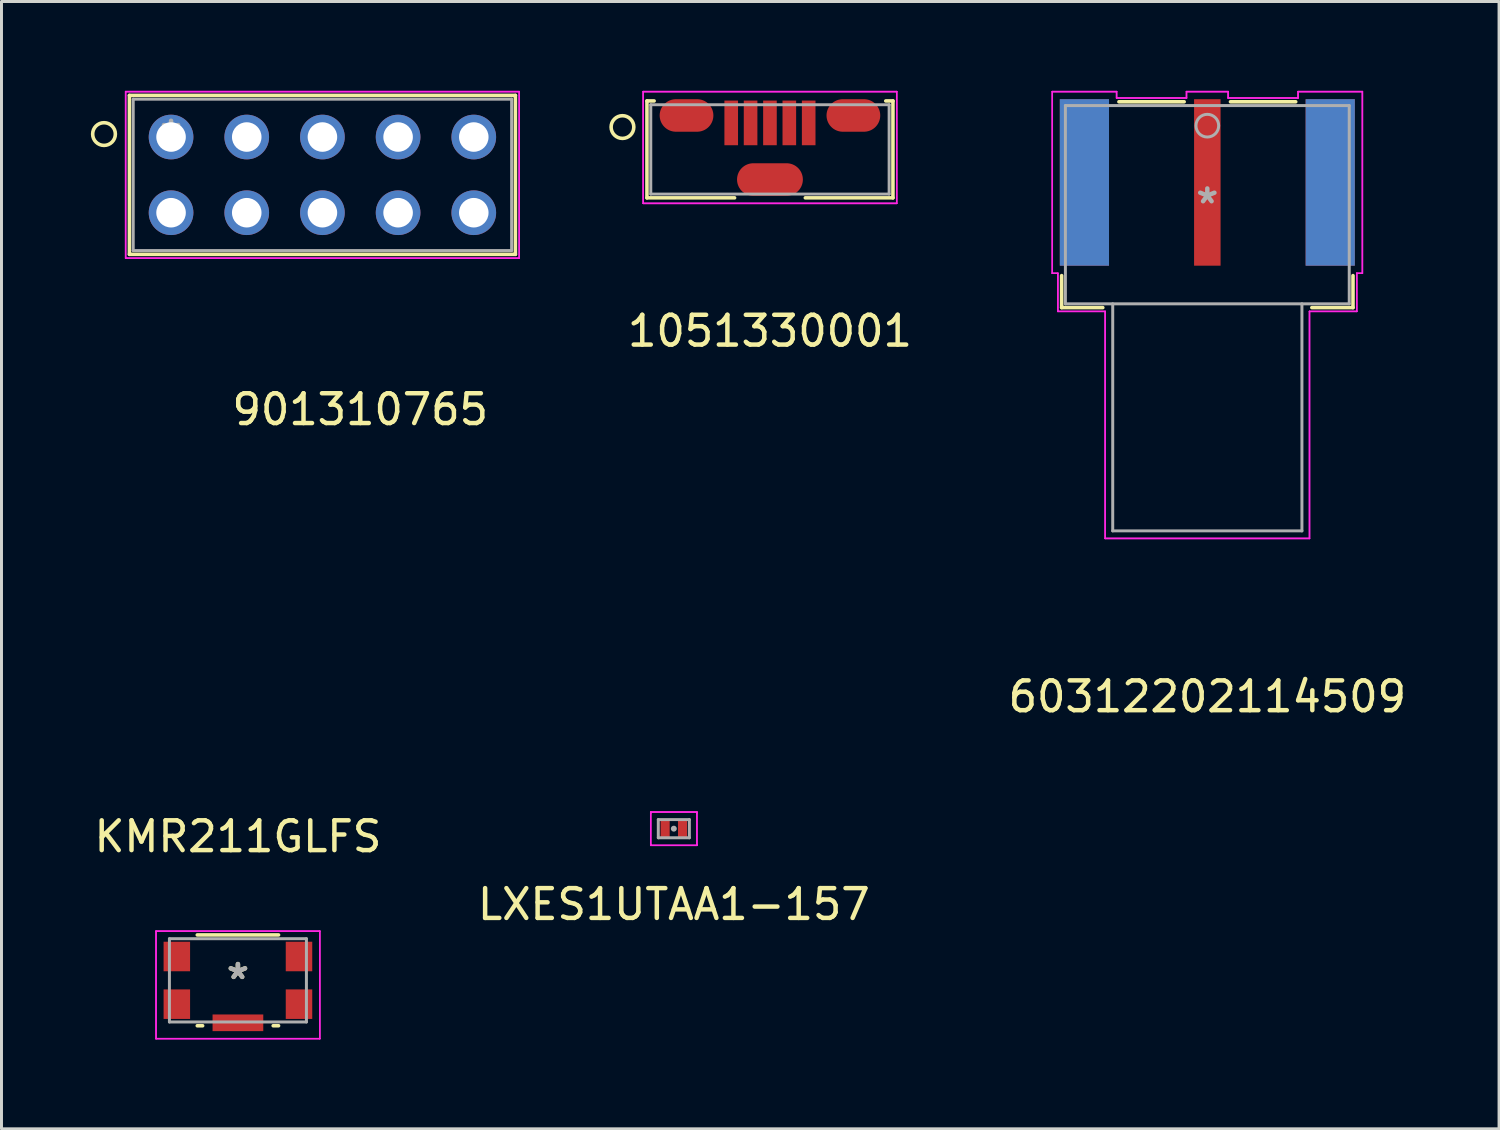
<source format=kicad_pcb>
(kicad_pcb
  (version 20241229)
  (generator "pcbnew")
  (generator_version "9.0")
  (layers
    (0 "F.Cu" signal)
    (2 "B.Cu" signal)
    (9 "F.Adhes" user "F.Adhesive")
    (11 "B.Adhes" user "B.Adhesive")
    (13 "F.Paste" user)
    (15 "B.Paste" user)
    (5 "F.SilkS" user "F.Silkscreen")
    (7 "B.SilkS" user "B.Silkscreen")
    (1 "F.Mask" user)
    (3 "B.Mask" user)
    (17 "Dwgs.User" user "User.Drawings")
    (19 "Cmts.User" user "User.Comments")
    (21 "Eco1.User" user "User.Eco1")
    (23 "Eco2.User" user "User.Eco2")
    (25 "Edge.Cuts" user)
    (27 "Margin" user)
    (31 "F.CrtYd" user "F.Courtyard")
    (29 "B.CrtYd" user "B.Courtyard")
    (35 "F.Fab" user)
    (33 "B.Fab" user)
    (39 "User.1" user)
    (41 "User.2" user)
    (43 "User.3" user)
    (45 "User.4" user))
  (footprint "LXES1UTAA1-157"
    (layer "F.Cu")
    (at 19.565 24.762)
    (property "Reference" "LXES1UTAA1-157" (at 0 2.54 0) (layer "F.SilkS") (effects (font (size 1 1) (thickness 0.15))))
    (attr through_hole)
    (fp_line (start -0.775 -0.559) (end 0.775 -0.559) (stroke (width 0.05) (type solid)) (layer "F.CrtYd"))
    (fp_line (start -0.775 -0.559) (end 0.775 -0.559) (stroke (width 0.05) (type solid)) (layer "F.CrtYd"))
    (fp_line (start -0.775 -0.533) (end -0.775 -0.559) (stroke (width 0.05) (type solid)) (layer "F.CrtYd"))
    (fp_line (start -0.775 -0.533) (end -0.775 -0.559) (stroke (width 0.05) (type solid)) (layer "F.CrtYd"))
    (fp_line (start -0.775 -0.533) (end -0.775 -0.533) (stroke (width 0.05) (type solid)) (layer "F.CrtYd"))
    (fp_line (start -0.775 -0.533) (end -0.775 -0.533) (stroke (width 0.05) (type solid)) (layer "F.CrtYd"))
    (fp_line (start -0.775 0.533) (end -0.775 -0.533) (stroke (width 0.05) (type solid)) (layer "F.CrtYd"))
    (fp_line (start -0.775 0.533) (end -0.775 -0.533) (stroke (width 0.05) (type solid)) (layer "F.CrtYd"))
    (fp_line (start -0.775 0.533) (end -0.775 0.533) (stroke (width 0.05) (type solid)) (layer "F.CrtYd"))
    (fp_line (start -0.775 0.533) (end -0.775 0.533) (stroke (width 0.05) (type solid)) (layer "F.CrtYd"))
    (fp_line (start -0.775 0.559) (end -0.775 0.533) (stroke (width 0.05) (type solid)) (layer "F.CrtYd"))
    (fp_line (start -0.775 0.559) (end -0.775 0.533) (stroke (width 0.05) (type solid)) (layer "F.CrtYd"))
    (fp_line (start 0.775 -0.559) (end 0.775 -0.533) (stroke (width 0.05) (type solid)) (layer "F.CrtYd"))
    (fp_line (start 0.775 -0.559) (end 0.775 -0.533) (stroke (width 0.05) (type solid)) (layer "F.CrtYd"))
    (fp_line (start 0.775 -0.533) (end 0.775 -0.533) (stroke (width 0.05) (type solid)) (layer "F.CrtYd"))
    (fp_line (start 0.775 -0.533) (end 0.775 -0.533) (stroke (width 0.05) (type solid)) (layer "F.CrtYd"))
    (fp_line (start 0.775 -0.533) (end 0.775 0.533) (stroke (width 0.05) (type solid)) (layer "F.CrtYd"))
    (fp_line (start 0.775 -0.533) (end 0.775 0.533) (stroke (width 0.05) (type solid)) (layer "F.CrtYd"))
    (fp_line (start 0.775 0.533) (end 0.775 0.533) (stroke (width 0.05) (type solid)) (layer "F.CrtYd"))
    (fp_line (start 0.775 0.533) (end 0.775 0.533) (stroke (width 0.05) (type solid)) (layer "F.CrtYd"))
    (fp_line (start 0.775 0.533) (end 0.775 0.559) (stroke (width 0.05) (type solid)) (layer "F.CrtYd"))
    (fp_line (start 0.775 0.533) (end 0.775 0.559) (stroke (width 0.05) (type solid)) (layer "F.CrtYd"))
    (fp_line (start 0.775 0.559) (end -0.775 0.559) (stroke (width 0.05) (type solid)) (layer "F.CrtYd"))
    (fp_line (start 0.775 0.559) (end -0.775 0.559) (stroke (width 0.05) (type solid)) (layer "F.CrtYd"))
    (fp_line (start -0.521 -0.305) (end -0.521 0.305) (stroke (width 0.1) (type solid)) (layer "F.Fab"))
    (fp_line (start -0.521 0.305) (end 0.521 0.305) (stroke (width 0.1) (type solid)) (layer "F.Fab"))
    (fp_line (start 0.521 -0.305) (end -0.521 -0.305) (stroke (width 0.1) (type solid)) (layer "F.Fab"))
    (fp_line (start 0.521 0.305) (end 0.521 -0.305) (stroke (width 0.1) (type solid)) (layer "F.Fab"))
    (fp_circle (center 0 0) (end 0 0) (stroke (width 0.1) (type solid)) (fill no) (layer "F.Fab"))
    (pad "1" smd rect (at -0.292 0) (size 0.305 0.559) (layers "F.Cu" "F.Mask" "F.Paste"))
    (pad "2" smd rect (at 0.292 0) (size 0.305 0.559) (layers "F.Cu" "F.Mask" "F.Paste")))
  (footprint "KMR211GLFS"
    (layer "F.Cu")
    (at 4.935 29.852)
    (property "Reference" "KMR211GLFS" (at 0 -4.826 0) (layer "F.SilkS") (effects (font (size 1 1) (thickness 0.15))))
    (attr through_hole)
    (fp_line (start -1.364 1.524) (end -1.184 1.524) (stroke (width 0.12) (type solid)) (layer "F.SilkS"))
    (fp_line (start 1.184 1.524) (end 1.364 1.524) (stroke (width 0.12) (type solid)) (layer "F.SilkS"))
    (fp_line (start 1.364 -1.524) (end -1.364 -1.524) (stroke (width 0.12) (type solid)) (layer "F.SilkS"))
    (fp_line (start -2.748 -1.651) (end -2.748 1.958) (stroke (width 0.05) (type solid)) (layer "F.CrtYd"))
    (fp_line (start -2.748 -1.651) (end -2.748 1.958) (stroke (width 0.05) (type solid)) (layer "F.CrtYd"))
    (fp_line (start -2.748 1.958) (end 2.748 1.958) (stroke (width 0.05) (type solid)) (layer "F.CrtYd"))
    (fp_line (start -2.748 1.958) (end 2.748 1.958) (stroke (width 0.05) (type solid)) (layer "F.CrtYd"))
    (fp_line (start 2.748 -1.651) (end -2.748 -1.651) (stroke (width 0.05) (type solid)) (layer "F.CrtYd"))
    (fp_line (start 2.748 -1.651) (end -2.748 -1.651) (stroke (width 0.05) (type solid)) (layer "F.CrtYd"))
    (fp_line (start 2.748 1.958) (end 2.748 -1.651) (stroke (width 0.05) (type solid)) (layer "F.CrtYd"))
    (fp_line (start 2.748 1.958) (end 2.748 -1.651) (stroke (width 0.05) (type solid)) (layer "F.CrtYd"))
    (fp_line (start -2.299 -1.397) (end -2.299 1.397) (stroke (width 0.1) (type solid)) (layer "F.Fab"))
    (fp_line (start -2.299 1.397) (end 2.299 1.397) (stroke (width 0.1) (type solid)) (layer "F.Fab"))
    (fp_line (start 2.299 -1.397) (end -2.299 -1.397) (stroke (width 0.1) (type solid)) (layer "F.Fab"))
    (fp_line (start 2.299 1.397) (end 2.299 -1.397) (stroke (width 0.1) (type solid)) (layer "F.Fab"))
    (fp_text user "*" (at 0 0 0) (layer "F.SilkS") (effects (font (size 1 1) (thickness 0.15))))
    (fp_text user "*" (at 0 0 0) (layer "F.Fab") (effects (font (size 1 1) (thickness 0.15))))
    (pad "1" smd rect (at -2.05 -0.8) (size 0.889 0.991) (layers "F.Cu" "F.Mask" "F.Paste"))
    (pad "2" smd rect (at 2.05 -0.8) (size 0.889 0.991) (layers "F.Cu" "F.Mask" "F.Paste"))
    (pad "3" smd rect (at -2.05 0.8) (size 0.889 0.991) (layers "F.Cu" "F.Mask" "F.Paste"))
    (pad "4" smd rect (at 2.05 0.8) (size 0.889 0.991) (layers "F.Cu" "F.Mask" "F.Paste"))
    (pad "5" smd rect (at 0 1.425) (size 1.702 0.559) (layers "F.Cu" "F.Mask" "F.Paste")))
  (footprint "901310765"
    (layer "F.Cu")
    (at 2.691 1.549)
    (property "Reference" "901310765" (at 6.35 9.144 0) (layer "F.SilkS") (effects (font (size 1 1) (thickness 0.15))))
    (attr through_hole)
    (fp_line (start -1.397 -1.397) (end -1.397 3.937) (stroke (width 0.12) (type solid)) (layer "F.SilkS"))
    (fp_line (start -1.397 3.937) (end 11.557 3.937) (stroke (width 0.12) (type solid)) (layer "F.SilkS"))
    (fp_line (start 11.557 -1.397) (end -1.397 -1.397) (stroke (width 0.12) (type solid)) (layer "F.SilkS"))
    (fp_line (start 11.557 3.937) (end 11.557 -1.397) (stroke (width 0.12) (type solid)) (layer "F.SilkS"))
    (fp_circle (center -2.25 -0.1) (end -1.869 -0.1) (stroke (width 0.12) (type solid)) (fill no) (layer "F.SilkS"))
    (fp_line (start -1.524 -1.524) (end -1.524 4.064) (stroke (width 0.05) (type solid)) (layer "F.CrtYd"))
    (fp_line (start -1.524 -1.524) (end -1.524 4.064) (stroke (width 0.05) (type solid)) (layer "F.CrtYd"))
    (fp_line (start -1.524 4.064) (end 11.684 4.064) (stroke (width 0.05) (type solid)) (layer "F.CrtYd"))
    (fp_line (start -1.524 4.064) (end 11.684 4.064) (stroke (width 0.05) (type solid)) (layer "F.CrtYd"))
    (fp_line (start 11.684 -1.524) (end -1.524 -1.524) (stroke (width 0.05) (type solid)) (layer "F.CrtYd"))
    (fp_line (start 11.684 -1.524) (end -1.524 -1.524) (stroke (width 0.05) (type solid)) (layer "F.CrtYd"))
    (fp_line (start 11.684 4.064) (end 11.684 -1.524) (stroke (width 0.05) (type solid)) (layer "F.CrtYd"))
    (fp_line (start 11.684 4.064) (end 11.684 -1.524) (stroke (width 0.05) (type solid)) (layer "F.CrtYd"))
    (fp_line (start -1.27 -1.27) (end -1.27 3.81) (stroke (width 0.1) (type solid)) (layer "F.Fab"))
    (fp_line (start -1.27 3.81) (end 11.43 3.81) (stroke (width 0.1) (type solid)) (layer "F.Fab"))
    (fp_line (start 11.43 -1.27) (end -1.27 -1.27) (stroke (width 0.1) (type solid)) (layer "F.Fab"))
    (fp_line (start 11.43 3.81) (end 11.43 -1.27) (stroke (width 0.1) (type solid)) (layer "F.Fab"))
    (fp_text user "*" (at 0 0 0) (layer "F.Fab") (effects (font (size 1 1) (thickness 0.15))))
    (pad "1" thru_hole circle (at 0 0) (size 1.499 1.499) (drill 0.991) (layers "*.Cu" "*.Mask"))
    (pad "2" thru_hole circle (at 2.54 0) (size 1.499 1.499) (drill 0.991) (layers "*.Cu" "*.Mask"))
    (pad "3" thru_hole circle (at 5.08 0) (size 1.499 1.499) (drill 0.991) (layers "*.Cu" "*.Mask"))
    (pad "4" thru_hole circle (at 7.62 0) (size 1.499 1.499) (drill 0.991) (layers "*.Cu" "*.Mask"))
    (pad "5" thru_hole circle (at 10.16 0) (size 1.499 1.499) (drill 0.991) (layers "*.Cu" "*.Mask"))
    (pad "6" thru_hole circle (at 0 2.54) (size 1.499 1.499) (drill 0.991) (layers "*.Cu" "*.Mask"))
    (pad "7" thru_hole circle (at 2.54 2.54) (size 1.499 1.499) (drill 0.991) (layers "*.Cu" "*.Mask"))
    (pad "8" thru_hole circle (at 5.08 2.54) (size 1.499 1.499) (drill 0.991) (layers "*.Cu" "*.Mask"))
    (pad "9" thru_hole circle (at 7.62 2.54) (size 1.499 1.499) (drill 0.991) (layers "*.Cu" "*.Mask"))
    (pad "10" thru_hole circle (at 10.16 2.54) (size 1.499 1.499) (drill 0.991) (layers "*.Cu" "*.Mask")))
  (footprint "60312202114509"
    (layer "F.Cu")
    (at 37.47 3.82)
    (property "Reference" "60312202114509" (at 0 16.51 0) (layer "F.SilkS") (effects (font (size 1 1) (thickness 0.15))))
    (attr through_hole)
    (fp_line (start -4.889 2.38) (end -4.889 3.454) (stroke (width 0.12) (type solid)) (layer "F.SilkS"))
    (fp_line (start -4.889 3.454) (end -3.508 3.454) (stroke (width 0.12) (type solid)) (layer "F.SilkS"))
    (fp_line (start -0.777 -3.454) (end -2.967 -3.454) (stroke (width 0.12) (type solid)) (layer "F.SilkS"))
    (fp_line (start 2.967 -3.454) (end 0.777 -3.454) (stroke (width 0.12) (type solid)) (layer "F.SilkS"))
    (fp_line (start 3.508 3.454) (end 4.889 3.454) (stroke (width 0.12) (type solid)) (layer "F.SilkS"))
    (fp_line (start 4.889 3.454) (end 4.889 2.38) (stroke (width 0.12) (type solid)) (layer "F.SilkS"))
    (fp_line (start -5.204 -3.795) (end -5.204 2.301) (stroke (width 0.05) (type solid)) (layer "F.CrtYd"))
    (fp_line (start -5.204 -3.795) (end -5.204 2.301) (stroke (width 0.05) (type solid)) (layer "F.CrtYd"))
    (fp_line (start -5.204 2.301) (end -5.016 2.301) (stroke (width 0.05) (type solid)) (layer "F.CrtYd"))
    (fp_line (start -5.204 2.301) (end -5.016 2.301) (stroke (width 0.05) (type solid)) (layer "F.CrtYd"))
    (fp_line (start -5.016 2.301) (end -5.016 3.581) (stroke (width 0.05) (type solid)) (layer "F.CrtYd"))
    (fp_line (start -5.016 2.301) (end -5.016 3.581) (stroke (width 0.05) (type solid)) (layer "F.CrtYd"))
    (fp_line (start -5.016 3.581) (end -3.429 3.581) (stroke (width 0.05) (type solid)) (layer "F.CrtYd"))
    (fp_line (start -5.016 3.581) (end -3.429 3.581) (stroke (width 0.05) (type solid)) (layer "F.CrtYd"))
    (fp_line (start -3.429 3.581) (end -3.429 11.201) (stroke (width 0.05) (type solid)) (layer "F.CrtYd"))
    (fp_line (start -3.429 3.581) (end -3.429 11.201) (stroke (width 0.05) (type solid)) (layer "F.CrtYd"))
    (fp_line (start -3.429 11.201) (end 3.429 11.201) (stroke (width 0.05) (type solid)) (layer "F.CrtYd"))
    (fp_line (start -3.429 11.201) (end 3.429 11.201) (stroke (width 0.05) (type solid)) (layer "F.CrtYd"))
    (fp_line (start -3.045 -3.795) (end -5.204 -3.795) (stroke (width 0.05) (type solid)) (layer "F.CrtYd"))
    (fp_line (start -3.045 -3.795) (end -5.204 -3.795) (stroke (width 0.05) (type solid)) (layer "F.CrtYd"))
    (fp_line (start -3.045 -3.581) (end -3.045 -3.795) (stroke (width 0.05) (type solid)) (layer "F.CrtYd"))
    (fp_line (start -3.045 -3.581) (end -3.045 -3.795) (stroke (width 0.05) (type solid)) (layer "F.CrtYd"))
    (fp_line (start -0.699 -3.795) (end -0.699 -3.581) (stroke (width 0.05) (type solid)) (layer "F.CrtYd"))
    (fp_line (start -0.699 -3.795) (end -0.699 -3.581) (stroke (width 0.05) (type solid)) (layer "F.CrtYd"))
    (fp_line (start -0.699 -3.581) (end -3.045 -3.581) (stroke (width 0.05) (type solid)) (layer "F.CrtYd"))
    (fp_line (start -0.699 -3.581) (end -3.045 -3.581) (stroke (width 0.05) (type solid)) (layer "F.CrtYd"))
    (fp_line (start 0.699 -3.795) (end -0.699 -3.795) (stroke (width 0.05) (type solid)) (layer "F.CrtYd"))
    (fp_line (start 0.699 -3.795) (end -0.699 -3.795) (stroke (width 0.05) (type solid)) (layer "F.CrtYd"))
    (fp_line (start 0.699 -3.581) (end 0.699 -3.795) (stroke (width 0.05) (type solid)) (layer "F.CrtYd"))
    (fp_line (start 0.699 -3.581) (end 0.699 -3.795) (stroke (width 0.05) (type solid)) (layer "F.CrtYd"))
    (fp_line (start 3.045 -3.795) (end 3.045 -3.581) (stroke (width 0.05) (type solid)) (layer "F.CrtYd"))
    (fp_line (start 3.045 -3.795) (end 3.045 -3.581) (stroke (width 0.05) (type solid)) (layer "F.CrtYd"))
    (fp_line (start 3.045 -3.581) (end 0.699 -3.581) (stroke (width 0.05) (type solid)) (layer "F.CrtYd"))
    (fp_line (start 3.045 -3.581) (end 0.699 -3.581) (stroke (width 0.05) (type solid)) (layer "F.CrtYd"))
    (fp_line (start 3.429 3.581) (end 5.016 3.581) (stroke (width 0.05) (type solid)) (layer "F.CrtYd"))
    (fp_line (start 3.429 3.581) (end 5.016 3.581) (stroke (width 0.05) (type solid)) (layer "F.CrtYd"))
    (fp_line (start 3.429 11.201) (end 3.429 3.581) (stroke (width 0.05) (type solid)) (layer "F.CrtYd"))
    (fp_line (start 3.429 11.201) (end 3.429 3.581) (stroke (width 0.05) (type solid)) (layer "F.CrtYd"))
    (fp_line (start 5.016 2.301) (end 5.204 2.301) (stroke (width 0.05) (type solid)) (layer "F.CrtYd"))
    (fp_line (start 5.016 2.301) (end 5.204 2.301) (stroke (width 0.05) (type solid)) (layer "F.CrtYd"))
    (fp_line (start 5.016 3.581) (end 5.016 2.301) (stroke (width 0.05) (type solid)) (layer "F.CrtYd"))
    (fp_line (start 5.016 3.581) (end 5.016 2.301) (stroke (width 0.05) (type solid)) (layer "F.CrtYd"))
    (fp_line (start 5.204 -3.795) (end 3.045 -3.795) (stroke (width 0.05) (type solid)) (layer "F.CrtYd"))
    (fp_line (start 5.204 -3.795) (end 3.045 -3.795) (stroke (width 0.05) (type solid)) (layer "F.CrtYd"))
    (fp_line (start 5.204 2.301) (end 5.204 -3.795) (stroke (width 0.05) (type solid)) (layer "F.CrtYd"))
    (fp_line (start 5.204 2.301) (end 5.204 -3.795) (stroke (width 0.05) (type solid)) (layer "F.CrtYd"))
    (fp_line (start -4.763 -3.327) (end -4.763 3.327) (stroke (width 0.1) (type solid)) (layer "F.Fab"))
    (fp_line (start -4.763 3.327) (end 4.763 3.327) (stroke (width 0.1) (type solid)) (layer "F.Fab"))
    (fp_line (start -3.175 3.327) (end -3.175 10.947) (stroke (width 0.1) (type solid)) (layer "F.Fab"))
    (fp_line (start -3.175 10.947) (end 3.175 10.947) (stroke (width 0.1) (type solid)) (layer "F.Fab"))
    (fp_line (start 3.175 10.947) (end 3.175 3.327) (stroke (width 0.1) (type solid)) (layer "F.Fab"))
    (fp_line (start 4.763 -3.327) (end -4.763 -3.327) (stroke (width 0.1) (type solid)) (layer "F.Fab"))
    (fp_line (start 4.763 3.327) (end 4.763 -3.327) (stroke (width 0.1) (type solid)) (layer "F.Fab"))
    (fp_circle (center 0 -2.652) (end 0.381 -2.652) (stroke (width 0.1) (type solid)) (fill no) (layer "F.Fab"))
    (fp_text user "*" (at 0 0 0) (layer "F.Fab") (effects (font (size 1 1) (thickness 0.15))))
    (pad "1" smd rect (at 0 -0.747) (size 0.889 5.588) (layers "F.Cu" "F.Mask" "F.Paste"))
    (pad "2" smd rect (at -4.125 -0.747) (size 1.651 5.588) (layers "F.Cu" "F.Mask" "F.Paste"))
    (pad "3" smd rect (at 4.125 -0.747) (size 1.651 5.588) (layers "F.Cu" "F.Mask" "F.Paste"))
    (pad "4" smd rect (at 4.125 -0.747) (size 1.651 5.588) (layers "B.Cu" "B.Mask" "B.Paste"))
    (pad "5" smd rect (at -4.125 -0.747) (size 1.651 5.588) (layers "B.Cu" "B.Mask" "B.Paste")))
  (footprint "1051330001"
    (layer "F.Cu")
    (at 22.791 1.964)
    (property "Reference" "1051330001" (at 0 6.096 0) (layer "F.SilkS") (effects (font (size 1 1) (thickness 0.15))))
    (attr through_hole)
    (fp_line (start -4.128 -1.626) (end -4.128 1.626) (stroke (width 0.12) (type solid)) (layer "F.SilkS"))
    (fp_line (start -4.128 1.626) (end -1.187 1.626) (stroke (width 0.12) (type solid)) (layer "F.SilkS"))
    (fp_line (start -3.887 -1.626) (end -4.128 -1.626) (stroke (width 0.12) (type solid)) (layer "F.SilkS"))
    (fp_line (start 1.187 1.626) (end 4.128 1.626) (stroke (width 0.12) (type solid)) (layer "F.SilkS"))
    (fp_line (start 4.128 -1.626) (end 3.887 -1.626) (stroke (width 0.12) (type solid)) (layer "F.SilkS"))
    (fp_line (start 4.128 1.626) (end 4.128 -1.626) (stroke (width 0.12) (type solid)) (layer "F.SilkS"))
    (fp_circle (center -4.95 -0.75) (end -4.569 -0.75) (stroke (width 0.12) (type solid)) (fill no) (layer "F.SilkS"))
    (fp_line (start -4.255 -1.939) (end -4.255 1.811) (stroke (width 0.05) (type solid)) (layer "F.CrtYd"))
    (fp_line (start -4.255 -1.939) (end -4.255 1.811) (stroke (width 0.05) (type solid)) (layer "F.CrtYd"))
    (fp_line (start -4.255 1.811) (end 4.255 1.811) (stroke (width 0.05) (type solid)) (layer "F.CrtYd"))
    (fp_line (start -4.255 1.811) (end 4.255 1.811) (stroke (width 0.05) (type solid)) (layer "F.CrtYd"))
    (fp_line (start 4.255 -1.939) (end -4.255 -1.939) (stroke (width 0.05) (type solid)) (layer "F.CrtYd"))
    (fp_line (start 4.255 -1.939) (end -4.255 -1.939) (stroke (width 0.05) (type solid)) (layer "F.CrtYd"))
    (fp_line (start 4.255 1.811) (end 4.255 -1.939) (stroke (width 0.05) (type solid)) (layer "F.CrtYd"))
    (fp_line (start 4.255 1.811) (end 4.255 -1.939) (stroke (width 0.05) (type solid)) (layer "F.CrtYd"))
    (fp_line (start -4 -1.499) (end -4 1.499) (stroke (width 0.1) (type solid)) (layer "F.Fab"))
    (fp_line (start -4 1.499) (end 4 1.499) (stroke (width 0.1) (type solid)) (layer "F.Fab"))
    (fp_line (start 4 -1.499) (end -4 -1.499) (stroke (width 0.1) (type solid)) (layer "F.Fab"))
    (fp_line (start 4 1.499) (end 4 -1.499) (stroke (width 0.1) (type solid)) (layer "F.Fab"))
    (pad "1" smd rect (at -1.3 -0.889) (size 0.457 1.499) (layers "F.Cu" "F.Mask" "F.Paste"))
    (pad "2" smd rect (at -0.65 -0.889) (size 0.457 1.499) (layers "F.Cu" "F.Mask" "F.Paste"))
    (pad "3" smd rect (at 0 -0.889) (size 0.457 1.499) (layers "F.Cu" "F.Mask" "F.Paste"))
    (pad "4" smd rect (at 0.65 -0.889) (size 0.457 1.499) (layers "F.Cu" "F.Mask" "F.Paste"))
    (pad "5" smd rect (at 1.3 -0.889) (size 0.457 1.499) (layers "F.Cu" "F.Mask" "F.Paste"))
    (pad "6" smd oval (at -2.8 -1.139) (size 1.803 1.092) (layers "F.Cu" "F.Mask" "F.Paste"))
    (pad "7" smd oval (at 2.8 -1.139) (size 1.803 1.092) (layers "F.Cu" "F.Mask" "F.Paste"))
    (pad "8" smd oval (at 0 1.011) (size 2.21 1.092) (layers "F.Cu" "F.Mask" "F.Paste")))
  (gr_rect
    (start -3 -3)
    (end 47.261 34.836)
    (stroke (width 0.1) (type default))
    (fill no)
    (layer "Edge.Cuts")))
</source>
